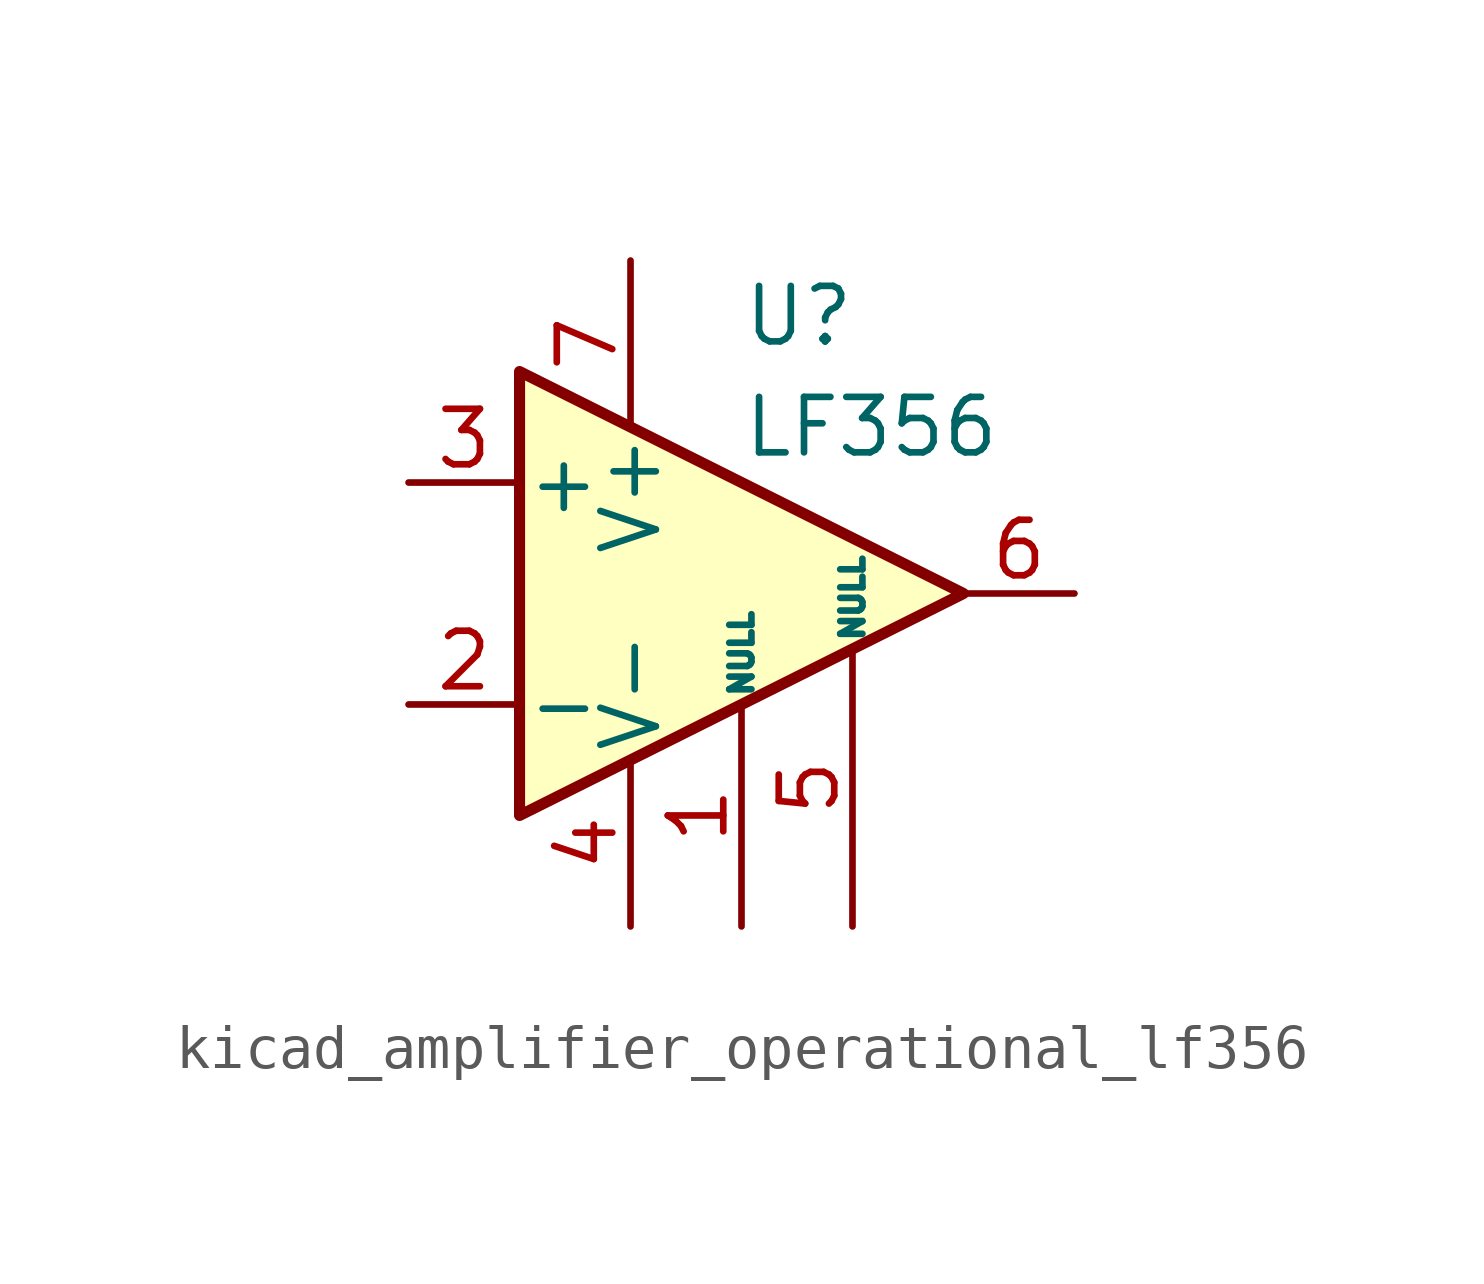
<source format=kicad_sym>
(kicad_symbol_lib
  (version 20220914)
  (generator kicad_symbol_editor)
  (symbol "kicad_amplifier_operational_lf356"
    (pin_names
      (offset 0.127))
    (property "Reference" "U"
      (at 0 6.35 0)
      (effects (font (size 1.27 1.27)) (justify left)))
    (property "Value" "LF356"
      (at 0 3.81 0)
      (effects (font (size 1.27 1.27)) (justify left)))
    (symbol "kicad_amplifier_operational_lf356_0_1"
      (polyline (pts (xy -5.08 5.08) (xy 5.08 0) (xy -5.08 -5.08) (xy -5.08 5.08)) (stroke (width 0.254) (type default)) (fill (type background))))
    (symbol "kicad_amplifier_operational_lf356_1_1"
      (pin input line (at 0 -7.62 90) (length 5.08) (name "NULL" (effects (font (size 0.508 0.508)))) (number "1" (effects (font (size 1.27 1.27)))))
      (pin input line (at -7.62 -2.54 0) (length 2.54) (name "-" (effects (font (size 1.27 1.27)))) (number "2" (effects (font (size 1.27 1.27)))))
      (pin input line (at -7.62 2.54 0) (length 2.54) (name "+" (effects (font (size 1.27 1.27)))) (number "3" (effects (font (size 1.27 1.27)))))
      (pin power_in line (at -2.54 -7.62 90) (length 3.81) (name "V-" (effects (font (size 1.27 1.27)))) (number "4" (effects (font (size 1.27 1.27)))))
      (pin input line (at 2.54 -7.62 90) (length 6.35) (name "NULL" (effects (font (size 0.508 0.508)))) (number "5" (effects (font (size 1.27 1.27)))))
      (pin output line (at 7.62 0 180) (length 2.54) (name "~" (effects (font (size 1.27 1.27)))) (number "6" (effects (font (size 1.27 1.27)))))
      (pin power_in line (at -2.54 7.62 270) (length 3.81) (name "V+" (effects (font (size 1.27 1.27)))) (number "7" (effects (font (size 1.27 1.27)))))
      (pin no_connect line (at 0 2.54 270) (length 2.54) hide (name "NC" (effects (font (size 1.27 1.27)))) (number "8" (effects (font (size 1.27 1.27))))))))
</source>
